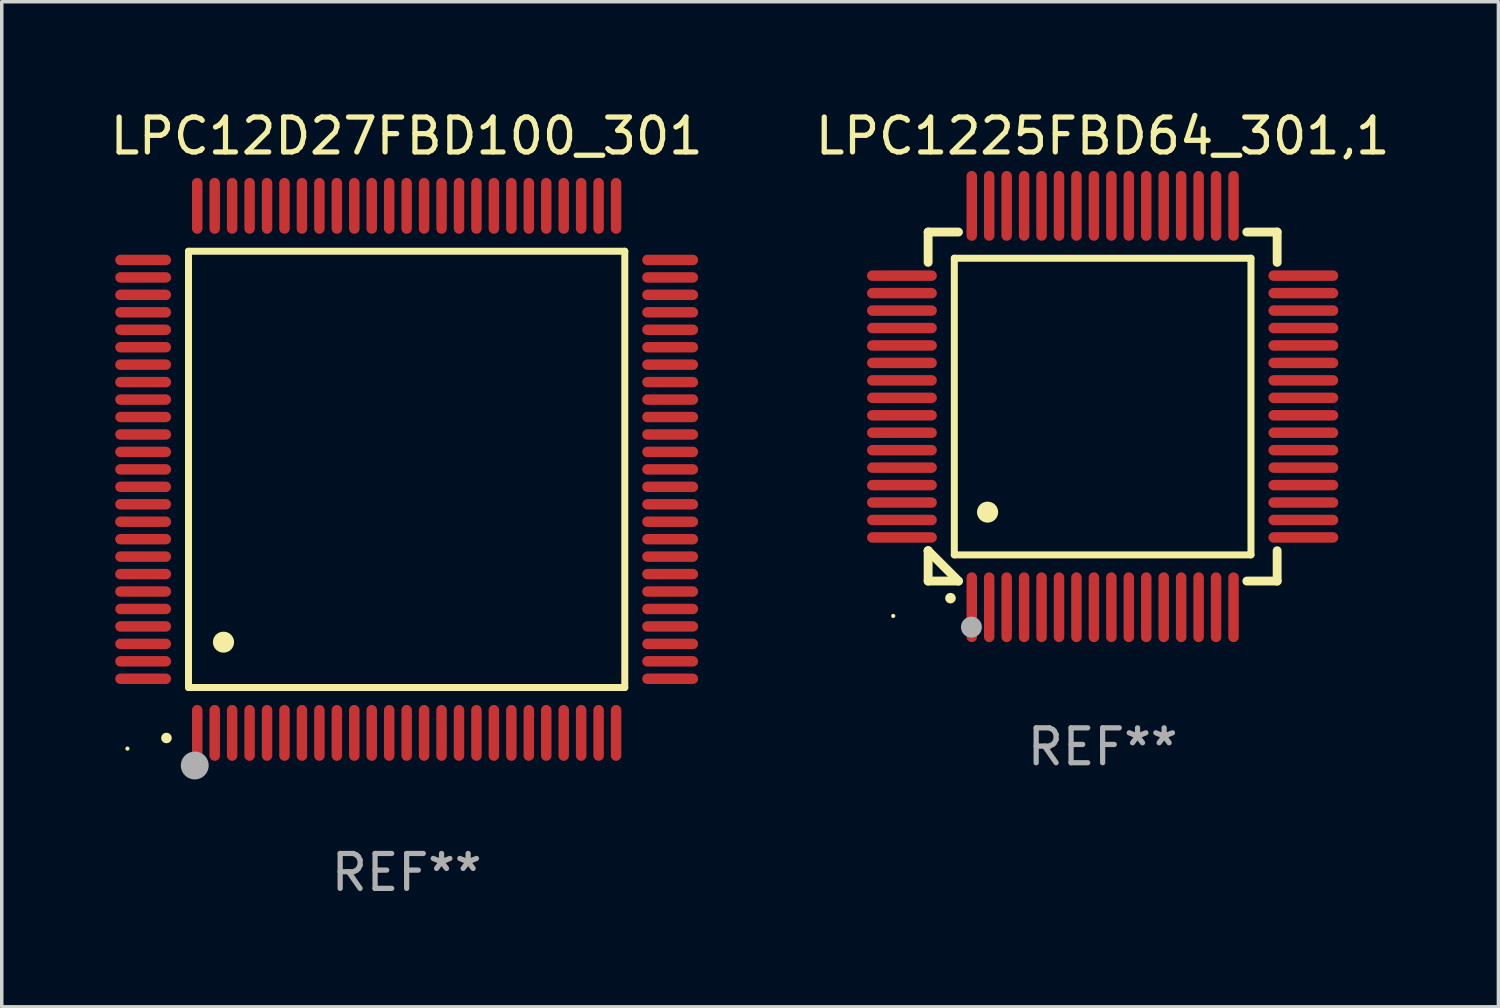
<source format=kicad_pcb>
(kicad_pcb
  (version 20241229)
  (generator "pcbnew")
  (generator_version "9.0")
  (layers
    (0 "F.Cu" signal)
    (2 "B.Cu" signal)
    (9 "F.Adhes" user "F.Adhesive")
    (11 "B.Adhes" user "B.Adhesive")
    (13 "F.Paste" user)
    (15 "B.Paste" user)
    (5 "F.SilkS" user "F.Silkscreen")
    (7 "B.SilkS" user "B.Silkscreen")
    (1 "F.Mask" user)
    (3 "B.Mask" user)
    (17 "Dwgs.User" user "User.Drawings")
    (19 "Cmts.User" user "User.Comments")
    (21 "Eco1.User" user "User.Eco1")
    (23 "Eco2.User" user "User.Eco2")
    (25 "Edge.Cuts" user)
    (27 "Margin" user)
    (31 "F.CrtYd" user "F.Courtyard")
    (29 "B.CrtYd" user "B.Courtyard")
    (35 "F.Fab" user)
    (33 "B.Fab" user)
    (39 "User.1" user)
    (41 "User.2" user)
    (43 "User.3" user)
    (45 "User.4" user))
  (footprint "LPC12D27FBD100_301"
    (layer "F.Cu")
    (at 8.601 10.398)
    (property "Reference" "LPC12D27FBD100_301" (at 0 -9.55 0) (layer "F.SilkS") (effects (font (size 1 1) (thickness 0.15))))
    (attr through_hole)
    (fp_line (start -6.25 -6.25) (end -6.25 6.25) (stroke (width 0.2) (type solid)) (layer "F.SilkS"))
    (fp_line (start -6.25 6.25) (end 6.25 6.25) (stroke (width 0.2) (type solid)) (layer "F.SilkS"))
    (fp_line (start 6.25 -6.25) (end -6.25 -6.25) (stroke (width 0.2) (type solid)) (layer "F.SilkS"))
    (fp_line (start 6.25 6.25) (end 6.25 -6.25) (stroke (width 0.2) (type solid)) (layer "F.SilkS"))
    (fp_arc (start -6.883414 7.696215) (mid -6.882144 7.69621) (end -6.880874 7.696215) (stroke (width 0.3) (type solid)) (layer "F.SilkS"))
    (fp_arc (start -5.250191 4.95047) (mid -5.247651 4.950459) (end -5.245111 4.95047) (stroke (width 0.6) (type solid)) (layer "F.SilkS"))
    (fp_circle (center -8 8) (end -7.97 8) (stroke (width 0.06) (type solid)) (fill no) (layer "F.SilkS"))
    (fp_circle (center -6.071 8.484) (end -5.871 8.484) (stroke (width 0.4) (type solid)) (fill no) (layer "F.Fab"))
    (fp_text user "REF**" (at 0 11.55 0) (layer "F.Fab") (effects (font (size 1 1) (thickness 0.15))))
    (pad "1" smd oval (at -6 7.55) (size 0.3 1.6) (layers "F.Cu" "F.Mask" "F.Paste"))
    (pad "2" smd oval (at -5.5 7.55) (size 0.3 1.6) (layers "F.Cu" "F.Mask" "F.Paste"))
    (pad "3" smd oval (at -5 7.55) (size 0.3 1.6) (layers "F.Cu" "F.Mask" "F.Paste"))
    (pad "4" smd oval (at -4.5 7.55) (size 0.3 1.6) (layers "F.Cu" "F.Mask" "F.Paste"))
    (pad "5" smd oval (at -4 7.55) (size 0.3 1.6) (layers "F.Cu" "F.Mask" "F.Paste"))
    (pad "6" smd oval (at -3.5 7.55) (size 0.3 1.6) (layers "F.Cu" "F.Mask" "F.Paste"))
    (pad "7" smd oval (at -3 7.55) (size 0.3 1.6) (layers "F.Cu" "F.Mask" "F.Paste"))
    (pad "8" smd oval (at -2.5 7.55) (size 0.3 1.6) (layers "F.Cu" "F.Mask" "F.Paste"))
    (pad "9" smd oval (at -2 7.55) (size 0.3 1.6) (layers "F.Cu" "F.Mask" "F.Paste"))
    (pad "10" smd oval (at -1.5 7.55) (size 0.3 1.6) (layers "F.Cu" "F.Mask" "F.Paste"))
    (pad "11" smd oval (at -1 7.55) (size 0.3 1.6) (layers "F.Cu" "F.Mask" "F.Paste"))
    (pad "12" smd oval (at -0.5 7.55) (size 0.3 1.6) (layers "F.Cu" "F.Mask" "F.Paste"))
    (pad "13" smd oval (at 0 7.55) (size 0.3 1.6) (layers "F.Cu" "F.Mask" "F.Paste"))
    (pad "14" smd oval (at 0.5 7.55) (size 0.3 1.6) (layers "F.Cu" "F.Mask" "F.Paste"))
    (pad "15" smd oval (at 1 7.55) (size 0.3 1.6) (layers "F.Cu" "F.Mask" "F.Paste"))
    (pad "16" smd oval (at 1.5 7.55) (size 0.3 1.6) (layers "F.Cu" "F.Mask" "F.Paste"))
    (pad "17" smd oval (at 2 7.55) (size 0.3 1.6) (layers "F.Cu" "F.Mask" "F.Paste"))
    (pad "18" smd oval (at 2.5 7.55) (size 0.3 1.6) (layers "F.Cu" "F.Mask" "F.Paste"))
    (pad "19" smd oval (at 3 7.55) (size 0.3 1.6) (layers "F.Cu" "F.Mask" "F.Paste"))
    (pad "20" smd oval (at 3.5 7.55) (size 0.3 1.6) (layers "F.Cu" "F.Mask" "F.Paste"))
    (pad "21" smd oval (at 4 7.55) (size 0.3 1.6) (layers "F.Cu" "F.Mask" "F.Paste"))
    (pad "22" smd oval (at 4.5 7.55) (size 0.3 1.6) (layers "F.Cu" "F.Mask" "F.Paste"))
    (pad "23" smd oval (at 5 7.55) (size 0.3 1.6) (layers "F.Cu" "F.Mask" "F.Paste"))
    (pad "24" smd oval (at 5.5 7.55) (size 0.3 1.6) (layers "F.Cu" "F.Mask" "F.Paste"))
    (pad "25" smd oval (at 6 7.55) (size 0.3 1.6) (layers "F.Cu" "F.Mask" "F.Paste"))
    (pad "26" smd oval (at 7.55 6) (size 1.6 0.3) (layers "F.Cu" "F.Mask" "F.Paste"))
    (pad "27" smd oval (at 7.55 5.5) (size 1.6 0.3) (layers "F.Cu" "F.Mask" "F.Paste"))
    (pad "28" smd oval (at 7.55 5) (size 1.6 0.3) (layers "F.Cu" "F.Mask" "F.Paste"))
    (pad "29" smd oval (at 7.55 4.5) (size 1.6 0.3) (layers "F.Cu" "F.Mask" "F.Paste"))
    (pad "30" smd oval (at 7.55 4) (size 1.6 0.3) (layers "F.Cu" "F.Mask" "F.Paste"))
    (pad "31" smd oval (at 7.55 3.5) (size 1.6 0.3) (layers "F.Cu" "F.Mask" "F.Paste"))
    (pad "32" smd oval (at 7.55 3) (size 1.6 0.3) (layers "F.Cu" "F.Mask" "F.Paste"))
    (pad "33" smd oval (at 7.55 2.5) (size 1.6 0.3) (layers "F.Cu" "F.Mask" "F.Paste"))
    (pad "34" smd oval (at 7.55 2) (size 1.6 0.3) (layers "F.Cu" "F.Mask" "F.Paste"))
    (pad "35" smd oval (at 7.55 1.5) (size 1.6 0.3) (layers "F.Cu" "F.Mask" "F.Paste"))
    (pad "36" smd oval (at 7.55 1) (size 1.6 0.3) (layers "F.Cu" "F.Mask" "F.Paste"))
    (pad "37" smd oval (at 7.55 0.5) (size 1.6 0.3) (layers "F.Cu" "F.Mask" "F.Paste"))
    (pad "38" smd oval (at 7.55 0) (size 1.6 0.3) (layers "F.Cu" "F.Mask" "F.Paste"))
    (pad "39" smd oval (at 7.55 -0.5) (size 1.6 0.3) (layers "F.Cu" "F.Mask" "F.Paste"))
    (pad "40" smd oval (at 7.55 -1) (size 1.6 0.3) (layers "F.Cu" "F.Mask" "F.Paste"))
    (pad "41" smd oval (at 7.55 -1.5) (size 1.6 0.3) (layers "F.Cu" "F.Mask" "F.Paste"))
    (pad "42" smd oval (at 7.55 -2) (size 1.6 0.3) (layers "F.Cu" "F.Mask" "F.Paste"))
    (pad "43" smd oval (at 7.55 -2.5) (size 1.6 0.3) (layers "F.Cu" "F.Mask" "F.Paste"))
    (pad "44" smd oval (at 7.55 -3) (size 1.6 0.3) (layers "F.Cu" "F.Mask" "F.Paste"))
    (pad "45" smd oval (at 7.55 -3.5) (size 1.6 0.3) (layers "F.Cu" "F.Mask" "F.Paste"))
    (pad "46" smd oval (at 7.55 -4) (size 1.6 0.3) (layers "F.Cu" "F.Mask" "F.Paste"))
    (pad "47" smd oval (at 7.55 -4.5) (size 1.6 0.3) (layers "F.Cu" "F.Mask" "F.Paste"))
    (pad "48" smd oval (at 7.55 -5) (size 1.6 0.3) (layers "F.Cu" "F.Mask" "F.Paste"))
    (pad "49" smd oval (at 7.55 -5.5) (size 1.6 0.3) (layers "F.Cu" "F.Mask" "F.Paste"))
    (pad "50" smd oval (at 7.55 -6) (size 1.6 0.3) (layers "F.Cu" "F.Mask" "F.Paste"))
    (pad "51" smd oval (at 6 -7.55) (size 0.3 1.6) (layers "F.Cu" "F.Mask" "F.Paste"))
    (pad "52" smd oval (at 5.5 -7.55) (size 0.3 1.6) (layers "F.Cu" "F.Mask" "F.Paste"))
    (pad "53" smd oval (at 5 -7.55) (size 0.3 1.6) (layers "F.Cu" "F.Mask" "F.Paste"))
    (pad "54" smd oval (at 4.5 -7.55) (size 0.3 1.6) (layers "F.Cu" "F.Mask" "F.Paste"))
    (pad "55" smd oval (at 4 -7.55) (size 0.3 1.6) (layers "F.Cu" "F.Mask" "F.Paste"))
    (pad "56" smd oval (at 3.5 -7.55) (size 0.3 1.6) (layers "F.Cu" "F.Mask" "F.Paste"))
    (pad "57" smd oval (at 3 -7.55) (size 0.3 1.6) (layers "F.Cu" "F.Mask" "F.Paste"))
    (pad "58" smd oval (at 2.5 -7.55) (size 0.3 1.6) (layers "F.Cu" "F.Mask" "F.Paste"))
    (pad "59" smd oval (at 2 -7.55) (size 0.3 1.6) (layers "F.Cu" "F.Mask" "F.Paste"))
    (pad "60" smd oval (at 1.5 -7.55) (size 0.3 1.6) (layers "F.Cu" "F.Mask" "F.Paste"))
    (pad "61" smd oval (at 1 -7.55) (size 0.3 1.6) (layers "F.Cu" "F.Mask" "F.Paste"))
    (pad "62" smd oval (at 0.5 -7.55) (size 0.3 1.6) (layers "F.Cu" "F.Mask" "F.Paste"))
    (pad "63" smd oval (at 0 -7.55) (size 0.3 1.6) (layers "F.Cu" "F.Mask" "F.Paste"))
    (pad "64" smd oval (at -0.5 -7.55) (size 0.3 1.6) (layers "F.Cu" "F.Mask" "F.Paste"))
    (pad "65" smd oval (at -1 -7.55) (size 0.3 1.6) (layers "F.Cu" "F.Mask" "F.Paste"))
    (pad "66" smd oval (at -1.5 -7.55) (size 0.3 1.6) (layers "F.Cu" "F.Mask" "F.Paste"))
    (pad "67" smd oval (at -2 -7.55) (size 0.3 1.6) (layers "F.Cu" "F.Mask" "F.Paste"))
    (pad "68" smd oval (at -2.5 -7.55) (size 0.3 1.6) (layers "F.Cu" "F.Mask" "F.Paste"))
    (pad "69" smd oval (at -3 -7.55) (size 0.3 1.6) (layers "F.Cu" "F.Mask" "F.Paste"))
    (pad "70" smd oval (at -3.5 -7.55) (size 0.3 1.6) (layers "F.Cu" "F.Mask" "F.Paste"))
    (pad "71" smd oval (at -4 -7.55) (size 0.3 1.6) (layers "F.Cu" "F.Mask" "F.Paste"))
    (pad "72" smd oval (at -4.5 -7.55) (size 0.3 1.6) (layers "F.Cu" "F.Mask" "F.Paste"))
    (pad "73" smd oval (at -5 -7.55) (size 0.3 1.6) (layers "F.Cu" "F.Mask" "F.Paste"))
    (pad "74" smd oval (at -5.5 -7.55) (size 0.3 1.6) (layers "F.Cu" "F.Mask" "F.Paste"))
    (pad "75" smd oval (at -6 -7.55) (size 0.3 1.6) (layers "F.Cu" "F.Mask" "F.Paste"))
    (pad "76" smd oval (at -7.55 -6) (size 1.6 0.3) (layers "F.Cu" "F.Mask" "F.Paste"))
    (pad "77" smd oval (at -7.55 -5.5) (size 1.6 0.3) (layers "F.Cu" "F.Mask" "F.Paste"))
    (pad "78" smd oval (at -7.55 -5) (size 1.6 0.3) (layers "F.Cu" "F.Mask" "F.Paste"))
    (pad "79" smd oval (at -7.55 -4.5) (size 1.6 0.3) (layers "F.Cu" "F.Mask" "F.Paste"))
    (pad "80" smd oval (at -7.55 -4) (size 1.6 0.3) (layers "F.Cu" "F.Mask" "F.Paste"))
    (pad "81" smd oval (at -7.55 -3.5) (size 1.6 0.3) (layers "F.Cu" "F.Mask" "F.Paste"))
    (pad "82" smd oval (at -7.55 -3) (size 1.6 0.3) (layers "F.Cu" "F.Mask" "F.Paste"))
    (pad "83" smd oval (at -7.55 -2.5) (size 1.6 0.3) (layers "F.Cu" "F.Mask" "F.Paste"))
    (pad "84" smd oval (at -7.55 -2) (size 1.6 0.3) (layers "F.Cu" "F.Mask" "F.Paste"))
    (pad "85" smd oval (at -7.55 -1.5) (size 1.6 0.3) (layers "F.Cu" "F.Mask" "F.Paste"))
    (pad "86" smd oval (at -7.55 -1) (size 1.6 0.3) (layers "F.Cu" "F.Mask" "F.Paste"))
    (pad "87" smd oval (at -7.55 -0.5) (size 1.6 0.3) (layers "F.Cu" "F.Mask" "F.Paste"))
    (pad "88" smd oval (at -7.55 0) (size 1.6 0.3) (layers "F.Cu" "F.Mask" "F.Paste"))
    (pad "89" smd oval (at -7.55 0.5) (size 1.6 0.3) (layers "F.Cu" "F.Mask" "F.Paste"))
    (pad "90" smd oval (at -7.55 1) (size 1.6 0.3) (layers "F.Cu" "F.Mask" "F.Paste"))
    (pad "91" smd oval (at -7.55 1.5) (size 1.6 0.3) (layers "F.Cu" "F.Mask" "F.Paste"))
    (pad "92" smd oval (at -7.55 2) (size 1.6 0.3) (layers "F.Cu" "F.Mask" "F.Paste"))
    (pad "93" smd oval (at -7.55 2.5) (size 1.6 0.3) (layers "F.Cu" "F.Mask" "F.Paste"))
    (pad "94" smd oval (at -7.55 3) (size 1.6 0.3) (layers "F.Cu" "F.Mask" "F.Paste"))
    (pad "95" smd oval (at -7.55 3.5) (size 1.6 0.3) (layers "F.Cu" "F.Mask" "F.Paste"))
    (pad "96" smd oval (at -7.55 4) (size 1.6 0.3) (layers "F.Cu" "F.Mask" "F.Paste"))
    (pad "97" smd oval (at -7.55 4.5) (size 1.6 0.3) (layers "F.Cu" "F.Mask" "F.Paste"))
    (pad "98" smd oval (at -7.55 5) (size 1.6 0.3) (layers "F.Cu" "F.Mask" "F.Paste"))
    (pad "99" smd oval (at -7.55 5.5) (size 1.6 0.3) (layers "F.Cu" "F.Mask" "F.Paste"))
    (pad "100" smd oval (at -7.55 6) (size 1.6 0.3) (layers "F.Cu" "F.Mask" "F.Paste")))
  (footprint "LPC1225FBD64_301,1"
    (layer "F.Cu")
    (at 28.542 8.598)
    (property "Reference" "LPC1225FBD64_301,1" (at 0 -7.75 0) (layer "F.SilkS") (effects (font (size 1 1) (thickness 0.15))))
    (attr through_hole)
    (fp_line (start -5 -5) (end -4.131 -5) (stroke (width 0.254) (type solid)) (layer "F.SilkS"))
    (fp_line (start -5 -4.131) (end -5 -5) (stroke (width 0.254) (type solid)) (layer "F.SilkS"))
    (fp_line (start -5 4.131) (end -5 4.131) (stroke (width 0.254) (type solid)) (layer "F.SilkS"))
    (fp_line (start -5 5) (end -5 4.131) (stroke (width 0.254) (type solid)) (layer "F.SilkS"))
    (fp_line (start -5 4.131) (end -4.131 5) (stroke (width 0.254) (type solid)) (layer "F.SilkS"))
    (fp_line (start -4.25 -4.25) (end -4.25 4.25) (stroke (width 0.2) (type solid)) (layer "F.SilkS"))
    (fp_line (start -4.25 4.25) (end 4.25 4.25) (stroke (width 0.2) (type solid)) (layer "F.SilkS"))
    (fp_line (start -4.131 5) (end -5 5) (stroke (width 0.254) (type solid)) (layer "F.SilkS"))
    (fp_line (start 4.25 -4.25) (end -4.25 -4.25) (stroke (width 0.2) (type solid)) (layer "F.SilkS"))
    (fp_line (start 4.25 4.25) (end 4.25 -4.25) (stroke (width 0.2) (type solid)) (layer "F.SilkS"))
    (fp_line (start 5 -5) (end 4.131 -5) (stroke (width 0.254) (type solid)) (layer "F.SilkS"))
    (fp_line (start 5 -5) (end 5 -4.131) (stroke (width 0.254) (type solid)) (layer "F.SilkS"))
    (fp_line (start 5 4.131) (end 5 5) (stroke (width 0.254) (type solid)) (layer "F.SilkS"))
    (fp_line (start 5 5) (end 4.131 5) (stroke (width 0.254) (type solid)) (layer "F.SilkS"))
    (fp_arc (start -4.361265 5.489992) (mid -4.359995 5.489987) (end -4.358725 5.489992) (stroke (width 0.3) (type solid)) (layer "F.SilkS"))
    (fp_arc (start -3.299467 3.025146) (mid -3.296927 3.025135) (end -3.294387 3.025146) (stroke (width 0.6) (type solid)) (layer "F.SilkS"))
    (fp_circle (center -6 6) (end -5.97 6) (stroke (width 0.06) (type solid)) (fill no) (layer "F.SilkS"))
    (fp_circle (center -3.76 6.32) (end -3.61 6.32) (stroke (width 0.3) (type solid)) (fill no) (layer "F.Fab"))
    (fp_text user "REF**" (at 0 9.75 0) (layer "F.Fab") (effects (font (size 1 1) (thickness 0.15))))
    (pad "1" smd oval (at -3.75 5.75) (size 0.3 2) (layers "F.Cu" "F.Mask" "F.Paste"))
    (pad "2" smd oval (at -3.25 5.75) (size 0.3 2) (layers "F.Cu" "F.Mask" "F.Paste"))
    (pad "3" smd oval (at -2.75 5.75) (size 0.3 2) (layers "F.Cu" "F.Mask" "F.Paste"))
    (pad "4" smd oval (at -2.25 5.75) (size 0.3 2) (layers "F.Cu" "F.Mask" "F.Paste"))
    (pad "5" smd oval (at -1.75 5.75) (size 0.3 2) (layers "F.Cu" "F.Mask" "F.Paste"))
    (pad "6" smd oval (at -1.25 5.75) (size 0.3 2) (layers "F.Cu" "F.Mask" "F.Paste"))
    (pad "7" smd oval (at -0.75 5.75) (size 0.3 2) (layers "F.Cu" "F.Mask" "F.Paste"))
    (pad "8" smd oval (at -0.25 5.75) (size 0.3 2) (layers "F.Cu" "F.Mask" "F.Paste"))
    (pad "9" smd oval (at 0.25 5.75) (size 0.3 2) (layers "F.Cu" "F.Mask" "F.Paste"))
    (pad "10" smd oval (at 0.75 5.75) (size 0.3 2) (layers "F.Cu" "F.Mask" "F.Paste"))
    (pad "11" smd oval (at 1.25 5.75) (size 0.3 2) (layers "F.Cu" "F.Mask" "F.Paste"))
    (pad "12" smd oval (at 1.75 5.75) (size 0.3 2) (layers "F.Cu" "F.Mask" "F.Paste"))
    (pad "13" smd oval (at 2.25 5.75) (size 0.3 2) (layers "F.Cu" "F.Mask" "F.Paste"))
    (pad "14" smd oval (at 2.75 5.75) (size 0.3 2) (layers "F.Cu" "F.Mask" "F.Paste"))
    (pad "15" smd oval (at 3.25 5.75) (size 0.3 2) (layers "F.Cu" "F.Mask" "F.Paste"))
    (pad "16" smd oval (at 3.75 5.75) (size 0.3 2) (layers "F.Cu" "F.Mask" "F.Paste"))
    (pad "17" smd oval (at 5.75 3.75) (size 2 0.3) (layers "F.Cu" "F.Mask" "F.Paste"))
    (pad "18" smd oval (at 5.75 3.25) (size 2 0.3) (layers "F.Cu" "F.Mask" "F.Paste"))
    (pad "19" smd oval (at 5.75 2.75) (size 2 0.3) (layers "F.Cu" "F.Mask" "F.Paste"))
    (pad "20" smd oval (at 5.75 2.25) (size 2 0.3) (layers "F.Cu" "F.Mask" "F.Paste"))
    (pad "21" smd oval (at 5.75 1.75) (size 2 0.3) (layers "F.Cu" "F.Mask" "F.Paste"))
    (pad "22" smd oval (at 5.75 1.25) (size 2 0.3) (layers "F.Cu" "F.Mask" "F.Paste"))
    (pad "23" smd oval (at 5.75 0.75) (size 2 0.3) (layers "F.Cu" "F.Mask" "F.Paste"))
    (pad "24" smd oval (at 5.75 0.25) (size 2 0.3) (layers "F.Cu" "F.Mask" "F.Paste"))
    (pad "25" smd oval (at 5.75 -0.25) (size 2 0.3) (layers "F.Cu" "F.Mask" "F.Paste"))
    (pad "26" smd oval (at 5.75 -0.75) (size 2 0.3) (layers "F.Cu" "F.Mask" "F.Paste"))
    (pad "27" smd oval (at 5.75 -1.25) (size 2 0.3) (layers "F.Cu" "F.Mask" "F.Paste"))
    (pad "28" smd oval (at 5.75 -1.75) (size 2 0.3) (layers "F.Cu" "F.Mask" "F.Paste"))
    (pad "29" smd oval (at 5.75 -2.25) (size 2 0.3) (layers "F.Cu" "F.Mask" "F.Paste"))
    (pad "30" smd oval (at 5.75 -2.75) (size 2 0.3) (layers "F.Cu" "F.Mask" "F.Paste"))
    (pad "31" smd oval (at 5.75 -3.25) (size 2 0.3) (layers "F.Cu" "F.Mask" "F.Paste"))
    (pad "32" smd oval (at 5.75 -3.75) (size 2 0.3) (layers "F.Cu" "F.Mask" "F.Paste"))
    (pad "33" smd oval (at 3.75 -5.75) (size 0.3 2) (layers "F.Cu" "F.Mask" "F.Paste"))
    (pad "34" smd oval (at 3.25 -5.75) (size 0.3 2) (layers "F.Cu" "F.Mask" "F.Paste"))
    (pad "35" smd oval (at 2.75 -5.75) (size 0.3 2) (layers "F.Cu" "F.Mask" "F.Paste"))
    (pad "36" smd oval (at 2.25 -5.75) (size 0.3 2) (layers "F.Cu" "F.Mask" "F.Paste"))
    (pad "37" smd oval (at 1.75 -5.75) (size 0.3 2) (layers "F.Cu" "F.Mask" "F.Paste"))
    (pad "38" smd oval (at 1.25 -5.75) (size 0.3 2) (layers "F.Cu" "F.Mask" "F.Paste"))
    (pad "39" smd oval (at 0.75 -5.75) (size 0.3 2) (layers "F.Cu" "F.Mask" "F.Paste"))
    (pad "40" smd oval (at 0.25 -5.75) (size 0.3 2) (layers "F.Cu" "F.Mask" "F.Paste"))
    (pad "41" smd oval (at -0.25 -5.75) (size 0.3 2) (layers "F.Cu" "F.Mask" "F.Paste"))
    (pad "42" smd oval (at -0.75 -5.75) (size 0.3 2) (layers "F.Cu" "F.Mask" "F.Paste"))
    (pad "43" smd oval (at -1.25 -5.75) (size 0.3 2) (layers "F.Cu" "F.Mask" "F.Paste"))
    (pad "44" smd oval (at -1.75 -5.75) (size 0.3 2) (layers "F.Cu" "F.Mask" "F.Paste"))
    (pad "45" smd oval (at -2.25 -5.75) (size 0.3 2) (layers "F.Cu" "F.Mask" "F.Paste"))
    (pad "46" smd oval (at -2.75 -5.75) (size 0.3 2) (layers "F.Cu" "F.Mask" "F.Paste"))
    (pad "47" smd oval (at -3.25 -5.75) (size 0.3 2) (layers "F.Cu" "F.Mask" "F.Paste"))
    (pad "48" smd oval (at -3.75 -5.75) (size 0.3 2) (layers "F.Cu" "F.Mask" "F.Paste"))
    (pad "49" smd oval (at -5.75 -3.75) (size 2 0.3) (layers "F.Cu" "F.Mask" "F.Paste"))
    (pad "50" smd oval (at -5.75 -3.25) (size 2 0.3) (layers "F.Cu" "F.Mask" "F.Paste"))
    (pad "51" smd oval (at -5.75 -2.75) (size 2 0.3) (layers "F.Cu" "F.Mask" "F.Paste"))
    (pad "52" smd oval (at -5.75 -2.25) (size 2 0.3) (layers "F.Cu" "F.Mask" "F.Paste"))
    (pad "53" smd oval (at -5.75 -1.75) (size 2 0.3) (layers "F.Cu" "F.Mask" "F.Paste"))
    (pad "54" smd oval (at -5.75 -1.25) (size 2 0.3) (layers "F.Cu" "F.Mask" "F.Paste"))
    (pad "55" smd oval (at -5.75 -0.75) (size 2 0.3) (layers "F.Cu" "F.Mask" "F.Paste"))
    (pad "56" smd oval (at -5.75 -0.25) (size 2 0.3) (layers "F.Cu" "F.Mask" "F.Paste"))
    (pad "57" smd oval (at -5.75 0.25) (size 2 0.3) (layers "F.Cu" "F.Mask" "F.Paste"))
    (pad "58" smd oval (at -5.75 0.75) (size 2 0.3) (layers "F.Cu" "F.Mask" "F.Paste"))
    (pad "59" smd oval (at -5.75 1.25) (size 2 0.3) (layers "F.Cu" "F.Mask" "F.Paste"))
    (pad "60" smd oval (at -5.75 1.75) (size 2 0.3) (layers "F.Cu" "F.Mask" "F.Paste"))
    (pad "61" smd oval (at -5.75 2.25) (size 2 0.3) (layers "F.Cu" "F.Mask" "F.Paste"))
    (pad "62" smd oval (at -5.75 2.75) (size 2 0.3) (layers "F.Cu" "F.Mask" "F.Paste"))
    (pad "63" smd oval (at -5.75 3.25) (size 2 0.3) (layers "F.Cu" "F.Mask" "F.Paste"))
    (pad "64" smd oval (at -5.75 3.75) (size 2 0.3) (layers "F.Cu" "F.Mask" "F.Paste")))
  (gr_rect
    (start -3 -3)
    (end 39.881 25.796)
    (stroke (width 0.1) (type default))
    (fill no)
    (layer "Edge.Cuts")))
</source>
